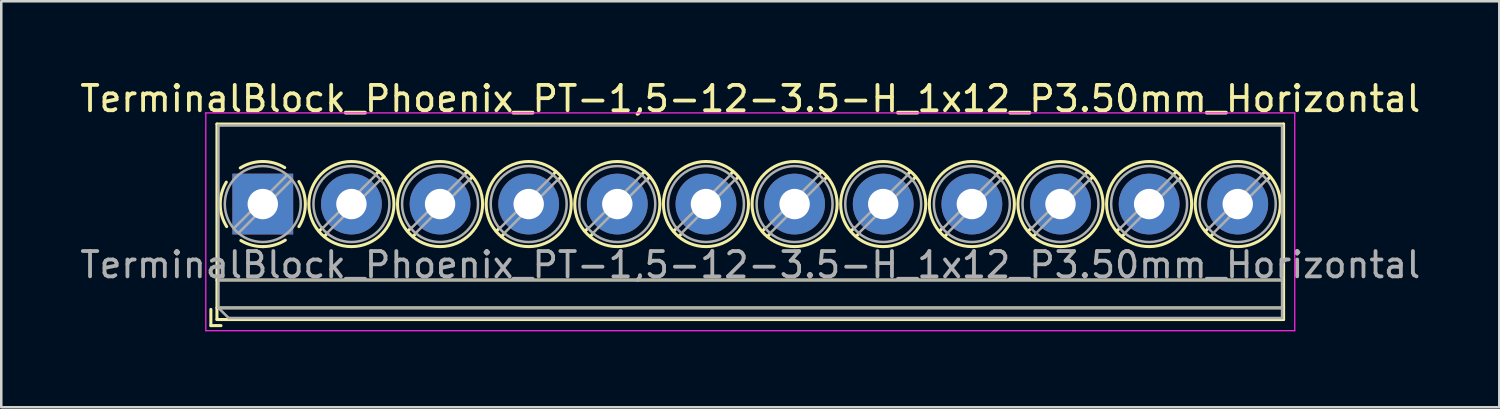
<source format=kicad_pcb>
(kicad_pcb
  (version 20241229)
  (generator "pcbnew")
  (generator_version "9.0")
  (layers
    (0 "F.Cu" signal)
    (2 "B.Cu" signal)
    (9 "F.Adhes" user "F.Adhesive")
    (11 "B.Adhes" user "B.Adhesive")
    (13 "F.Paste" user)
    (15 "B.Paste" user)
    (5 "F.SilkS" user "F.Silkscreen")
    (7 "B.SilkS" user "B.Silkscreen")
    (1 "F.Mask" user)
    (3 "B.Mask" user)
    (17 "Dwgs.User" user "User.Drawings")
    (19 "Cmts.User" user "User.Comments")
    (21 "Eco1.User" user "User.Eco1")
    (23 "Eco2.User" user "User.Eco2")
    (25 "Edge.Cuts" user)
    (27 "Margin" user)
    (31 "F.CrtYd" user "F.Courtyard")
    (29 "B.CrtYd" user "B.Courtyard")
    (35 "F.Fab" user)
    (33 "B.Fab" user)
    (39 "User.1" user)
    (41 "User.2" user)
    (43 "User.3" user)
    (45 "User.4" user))
  (footprint "TerminalBlock_Phoenix_PT-1,5-12-3.5-H_1x12_P3.50mm_Horizontal"
    (layer "F.Cu")
    (at 7.327 5.008)
    (property "Reference" "TerminalBlock_Phoenix_PT-1,5-12-3.5-H_1x12_P3.50mm_Horizontal" (at 19.25 -4.16 0) (layer "F.SilkS") (effects (font (size 1 1) (thickness 0.15))))
    (attr through_hole)
    (fp_line (start -2.05 4.16) (end -2.05 4.8) (stroke (width 0.12) (type solid)) (layer "F.SilkS"))
    (fp_line (start -2.05 4.8) (end -1.65 4.8) (stroke (width 0.12) (type solid)) (layer "F.SilkS"))
    (fp_line (start -1.81 -3.16) (end -1.81 4.56) (stroke (width 0.12) (type solid)) (layer "F.SilkS"))
    (fp_line (start -1.81 -3.16) (end 40.31 -3.16) (stroke (width 0.12) (type solid)) (layer "F.SilkS"))
    (fp_line (start -1.81 3) (end 40.31 3) (stroke (width 0.12) (type solid)) (layer "F.SilkS"))
    (fp_line (start -1.81 4.1) (end 40.31 4.1) (stroke (width 0.12) (type solid)) (layer "F.SilkS"))
    (fp_line (start -1.81 4.56) (end 40.31 4.56) (stroke (width 0.12) (type solid)) (layer "F.SilkS"))
    (fp_line (start 2.355 0.941) (end 2.226 1.069) (stroke (width 0.12) (type solid)) (layer "F.SilkS"))
    (fp_line (start 2.525 1.181) (end 2.431 1.274) (stroke (width 0.12) (type solid)) (layer "F.SilkS"))
    (fp_line (start 4.57 -1.275) (end 4.476 -1.181) (stroke (width 0.12) (type solid)) (layer "F.SilkS"))
    (fp_line (start 4.775 -1.069) (end 4.646 -0.941) (stroke (width 0.12) (type solid)) (layer "F.SilkS"))
    (fp_line (start 5.855 0.941) (end 5.726 1.069) (stroke (width 0.12) (type solid)) (layer "F.SilkS"))
    (fp_line (start 6.025 1.181) (end 5.931 1.274) (stroke (width 0.12) (type solid)) (layer "F.SilkS"))
    (fp_line (start 8.07 -1.275) (end 7.976 -1.181) (stroke (width 0.12) (type solid)) (layer "F.SilkS"))
    (fp_line (start 8.275 -1.069) (end 8.146 -0.941) (stroke (width 0.12) (type solid)) (layer "F.SilkS"))
    (fp_line (start 9.355 0.941) (end 9.226 1.069) (stroke (width 0.12) (type solid)) (layer "F.SilkS"))
    (fp_line (start 9.525 1.181) (end 9.431 1.274) (stroke (width 0.12) (type solid)) (layer "F.SilkS"))
    (fp_line (start 11.57 -1.275) (end 11.476 -1.181) (stroke (width 0.12) (type solid)) (layer "F.SilkS"))
    (fp_line (start 11.775 -1.069) (end 11.646 -0.941) (stroke (width 0.12) (type solid)) (layer "F.SilkS"))
    (fp_line (start 12.855 0.941) (end 12.726 1.069) (stroke (width 0.12) (type solid)) (layer "F.SilkS"))
    (fp_line (start 13.025 1.181) (end 12.931 1.274) (stroke (width 0.12) (type solid)) (layer "F.SilkS"))
    (fp_line (start 15.07 -1.275) (end 14.976 -1.181) (stroke (width 0.12) (type solid)) (layer "F.SilkS"))
    (fp_line (start 15.275 -1.069) (end 15.146 -0.941) (stroke (width 0.12) (type solid)) (layer "F.SilkS"))
    (fp_line (start 16.355 0.941) (end 16.226 1.069) (stroke (width 0.12) (type solid)) (layer "F.SilkS"))
    (fp_line (start 16.525 1.181) (end 16.431 1.274) (stroke (width 0.12) (type solid)) (layer "F.SilkS"))
    (fp_line (start 18.57 -1.275) (end 18.476 -1.181) (stroke (width 0.12) (type solid)) (layer "F.SilkS"))
    (fp_line (start 18.775 -1.069) (end 18.646 -0.941) (stroke (width 0.12) (type solid)) (layer "F.SilkS"))
    (fp_line (start 19.855 0.941) (end 19.726 1.069) (stroke (width 0.12) (type solid)) (layer "F.SilkS"))
    (fp_line (start 20.025 1.181) (end 19.931 1.274) (stroke (width 0.12) (type solid)) (layer "F.SilkS"))
    (fp_line (start 22.07 -1.275) (end 21.976 -1.181) (stroke (width 0.12) (type solid)) (layer "F.SilkS"))
    (fp_line (start 22.275 -1.069) (end 22.146 -0.941) (stroke (width 0.12) (type solid)) (layer "F.SilkS"))
    (fp_line (start 23.355 0.941) (end 23.226 1.069) (stroke (width 0.12) (type solid)) (layer "F.SilkS"))
    (fp_line (start 23.525 1.181) (end 23.431 1.274) (stroke (width 0.12) (type solid)) (layer "F.SilkS"))
    (fp_line (start 25.57 -1.275) (end 25.476 -1.181) (stroke (width 0.12) (type solid)) (layer "F.SilkS"))
    (fp_line (start 25.775 -1.069) (end 25.646 -0.941) (stroke (width 0.12) (type solid)) (layer "F.SilkS"))
    (fp_line (start 26.855 0.941) (end 26.726 1.069) (stroke (width 0.12) (type solid)) (layer "F.SilkS"))
    (fp_line (start 27.025 1.181) (end 26.931 1.274) (stroke (width 0.12) (type solid)) (layer "F.SilkS"))
    (fp_line (start 29.07 -1.275) (end 28.976 -1.181) (stroke (width 0.12) (type solid)) (layer "F.SilkS"))
    (fp_line (start 29.275 -1.069) (end 29.146 -0.941) (stroke (width 0.12) (type solid)) (layer "F.SilkS"))
    (fp_line (start 30.355 0.941) (end 30.226 1.069) (stroke (width 0.12) (type solid)) (layer "F.SilkS"))
    (fp_line (start 30.525 1.181) (end 30.431 1.274) (stroke (width 0.12) (type solid)) (layer "F.SilkS"))
    (fp_line (start 32.57 -1.275) (end 32.476 -1.181) (stroke (width 0.12) (type solid)) (layer "F.SilkS"))
    (fp_line (start 32.775 -1.069) (end 32.646 -0.941) (stroke (width 0.12) (type solid)) (layer "F.SilkS"))
    (fp_line (start 33.855 0.941) (end 33.726 1.069) (stroke (width 0.12) (type solid)) (layer "F.SilkS"))
    (fp_line (start 34.025 1.181) (end 33.931 1.274) (stroke (width 0.12) (type solid)) (layer "F.SilkS"))
    (fp_line (start 36.07 -1.275) (end 35.976 -1.181) (stroke (width 0.12) (type solid)) (layer "F.SilkS"))
    (fp_line (start 36.275 -1.069) (end 36.146 -0.941) (stroke (width 0.12) (type solid)) (layer "F.SilkS"))
    (fp_line (start 37.355 0.941) (end 37.226 1.069) (stroke (width 0.12) (type solid)) (layer "F.SilkS"))
    (fp_line (start 37.525 1.181) (end 37.431 1.274) (stroke (width 0.12) (type solid)) (layer "F.SilkS"))
    (fp_line (start 39.57 -1.275) (end 39.476 -1.181) (stroke (width 0.12) (type solid)) (layer "F.SilkS"))
    (fp_line (start 39.775 -1.069) (end 39.646 -0.941) (stroke (width 0.12) (type solid)) (layer "F.SilkS"))
    (fp_line (start 40.31 -3.16) (end 40.31 4.56) (stroke (width 0.12) (type solid)) (layer "F.SilkS"))
    (fp_arc (start -1.425358 0.889894) (mid -1.680286 0.014012) (end -1.44 -0.866) (stroke (width 0.12) (type solid)) (layer "F.SilkS"))
    (fp_arc (start -0.889894 -1.425358) (mid -0.014012 -1.680286) (end 0.866 -1.44) (stroke (width 0.12) (type solid)) (layer "F.SilkS"))
    (fp_arc (start 0.028674 1.680099) (mid -0.435535 1.622918) (end -0.866 1.44) (stroke (width 0.12) (type solid)) (layer "F.SilkS"))
    (fp_arc (start 0.890264 1.424721) (mid 0.463071 1.61492) (end 0 1.68) (stroke (width 0.12) (type solid)) (layer "F.SilkS"))
    (fp_arc (start 1.425504 -0.890193) (mid 1.680626 0.000476) (end 1.425 0.891) (stroke (width 0.12) (type solid)) (layer "F.SilkS"))
    (fp_circle (center 3.5 0) (end 5.18 0) (stroke (width 0.12) (type solid)) (fill no) (layer "F.SilkS"))
    (fp_circle (center 7 0) (end 8.68 0) (stroke (width 0.12) (type solid)) (fill no) (layer "F.SilkS"))
    (fp_circle (center 10.5 0) (end 12.18 0) (stroke (width 0.12) (type solid)) (fill no) (layer "F.SilkS"))
    (fp_circle (center 14 0) (end 15.68 0) (stroke (width 0.12) (type solid)) (fill no) (layer "F.SilkS"))
    (fp_circle (center 17.5 0) (end 19.18 0) (stroke (width 0.12) (type solid)) (fill no) (layer "F.SilkS"))
    (fp_circle (center 21 0) (end 22.68 0) (stroke (width 0.12) (type solid)) (fill no) (layer "F.SilkS"))
    (fp_circle (center 24.5 0) (end 26.18 0) (stroke (width 0.12) (type solid)) (fill no) (layer "F.SilkS"))
    (fp_circle (center 28 0) (end 29.68 0) (stroke (width 0.12) (type solid)) (fill no) (layer "F.SilkS"))
    (fp_circle (center 31.5 0) (end 33.18 0) (stroke (width 0.12) (type solid)) (fill no) (layer "F.SilkS"))
    (fp_circle (center 35 0) (end 36.68 0) (stroke (width 0.12) (type solid)) (fill no) (layer "F.SilkS"))
    (fp_circle (center 38.5 0) (end 40.18 0) (stroke (width 0.12) (type solid)) (fill no) (layer "F.SilkS"))
    (fp_line (start -2.25 -3.6) (end -2.25 5) (stroke (width 0.05) (type solid)) (layer "F.CrtYd"))
    (fp_line (start -2.25 5) (end 40.75 5) (stroke (width 0.05) (type solid)) (layer "F.CrtYd"))
    (fp_line (start 40.75 -3.6) (end -2.25 -3.6) (stroke (width 0.05) (type solid)) (layer "F.CrtYd"))
    (fp_line (start 40.75 5) (end 40.75 -3.6) (stroke (width 0.05) (type solid)) (layer "F.CrtYd"))
    (fp_line (start -1.75 -3.1) (end 40.25 -3.1) (stroke (width 0.1) (type solid)) (layer "F.Fab"))
    (fp_line (start -1.75 3) (end 40.25 3) (stroke (width 0.1) (type solid)) (layer "F.Fab"))
    (fp_line (start -1.75 4.1) (end -1.75 -3.1) (stroke (width 0.1) (type solid)) (layer "F.Fab"))
    (fp_line (start -1.75 4.1) (end 40.25 4.1) (stroke (width 0.1) (type solid)) (layer "F.Fab"))
    (fp_line (start -1.35 4.5) (end -1.75 4.1) (stroke (width 0.1) (type solid)) (layer "F.Fab"))
    (fp_line (start 0.955 -1.138) (end -1.138 0.955) (stroke (width 0.1) (type solid)) (layer "F.Fab"))
    (fp_line (start 1.138 -0.955) (end -0.955 1.138) (stroke (width 0.1) (type solid)) (layer "F.Fab"))
    (fp_line (start 4.455 -1.138) (end 2.363 0.955) (stroke (width 0.1) (type solid)) (layer "F.Fab"))
    (fp_line (start 4.638 -0.955) (end 2.546 1.138) (stroke (width 0.1) (type solid)) (layer "F.Fab"))
    (fp_line (start 7.955 -1.138) (end 5.863 0.955) (stroke (width 0.1) (type solid)) (layer "F.Fab"))
    (fp_line (start 8.138 -0.955) (end 6.046 1.138) (stroke (width 0.1) (type solid)) (layer "F.Fab"))
    (fp_line (start 11.455 -1.138) (end 9.363 0.955) (stroke (width 0.1) (type solid)) (layer "F.Fab"))
    (fp_line (start 11.638 -0.955) (end 9.546 1.138) (stroke (width 0.1) (type solid)) (layer "F.Fab"))
    (fp_line (start 14.955 -1.138) (end 12.863 0.955) (stroke (width 0.1) (type solid)) (layer "F.Fab"))
    (fp_line (start 15.138 -0.955) (end 13.046 1.138) (stroke (width 0.1) (type solid)) (layer "F.Fab"))
    (fp_line (start 18.455 -1.138) (end 16.363 0.955) (stroke (width 0.1) (type solid)) (layer "F.Fab"))
    (fp_line (start 18.638 -0.955) (end 16.546 1.138) (stroke (width 0.1) (type solid)) (layer "F.Fab"))
    (fp_line (start 21.955 -1.138) (end 19.863 0.955) (stroke (width 0.1) (type solid)) (layer "F.Fab"))
    (fp_line (start 22.138 -0.955) (end 20.046 1.138) (stroke (width 0.1) (type solid)) (layer "F.Fab"))
    (fp_line (start 25.455 -1.138) (end 23.363 0.955) (stroke (width 0.1) (type solid)) (layer "F.Fab"))
    (fp_line (start 25.638 -0.955) (end 23.546 1.138) (stroke (width 0.1) (type solid)) (layer "F.Fab"))
    (fp_line (start 28.955 -1.138) (end 26.863 0.955) (stroke (width 0.1) (type solid)) (layer "F.Fab"))
    (fp_line (start 29.138 -0.955) (end 27.046 1.138) (stroke (width 0.1) (type solid)) (layer "F.Fab"))
    (fp_line (start 32.455 -1.138) (end 30.363 0.955) (stroke (width 0.1) (type solid)) (layer "F.Fab"))
    (fp_line (start 32.638 -0.955) (end 30.546 1.138) (stroke (width 0.1) (type solid)) (layer "F.Fab"))
    (fp_line (start 35.955 -1.138) (end 33.863 0.955) (stroke (width 0.1) (type solid)) (layer "F.Fab"))
    (fp_line (start 36.138 -0.955) (end 34.046 1.138) (stroke (width 0.1) (type solid)) (layer "F.Fab"))
    (fp_line (start 39.455 -1.138) (end 37.363 0.955) (stroke (width 0.1) (type solid)) (layer "F.Fab"))
    (fp_line (start 39.638 -0.955) (end 37.546 1.138) (stroke (width 0.1) (type solid)) (layer "F.Fab"))
    (fp_line (start 40.25 -3.1) (end 40.25 4.5) (stroke (width 0.1) (type solid)) (layer "F.Fab"))
    (fp_line (start 40.25 4.5) (end -1.35 4.5) (stroke (width 0.1) (type solid)) (layer "F.Fab"))
    (fp_circle (center 0 0) (end 1.5 0) (stroke (width 0.1) (type solid)) (fill no) (layer "F.Fab"))
    (fp_circle (center 3.5 0) (end 5 0) (stroke (width 0.1) (type solid)) (fill no) (layer "F.Fab"))
    (fp_circle (center 7 0) (end 8.5 0) (stroke (width 0.1) (type solid)) (fill no) (layer "F.Fab"))
    (fp_circle (center 10.5 0) (end 12 0) (stroke (width 0.1) (type solid)) (fill no) (layer "F.Fab"))
    (fp_circle (center 14 0) (end 15.5 0) (stroke (width 0.1) (type solid)) (fill no) (layer "F.Fab"))
    (fp_circle (center 17.5 0) (end 19 0) (stroke (width 0.1) (type solid)) (fill no) (layer "F.Fab"))
    (fp_circle (center 21 0) (end 22.5 0) (stroke (width 0.1) (type solid)) (fill no) (layer "F.Fab"))
    (fp_circle (center 24.5 0) (end 26 0) (stroke (width 0.1) (type solid)) (fill no) (layer "F.Fab"))
    (fp_circle (center 28 0) (end 29.5 0) (stroke (width 0.1) (type solid)) (fill no) (layer "F.Fab"))
    (fp_circle (center 31.5 0) (end 33 0) (stroke (width 0.1) (type solid)) (fill no) (layer "F.Fab"))
    (fp_circle (center 35 0) (end 36.5 0) (stroke (width 0.1) (type solid)) (fill no) (layer "F.Fab"))
    (fp_circle (center 38.5 0) (end 40 0) (stroke (width 0.1) (type solid)) (fill no) (layer "F.Fab"))
    (fp_text user "${REFERENCE}" (at 19.25 2.4 0) (layer "F.Fab") (effects (font (size 1 1) (thickness 0.15))))
    (pad "1" thru_hole rect (at 0 0) (size 2.4 2.4) (drill 1.2) (layers "*.Cu" "*.Mask"))
    (pad "2" thru_hole circle (at 3.5 0) (size 2.4 2.4) (drill 1.2) (layers "*.Cu" "*.Mask"))
    (pad "3" thru_hole circle (at 7 0) (size 2.4 2.4) (drill 1.2) (layers "*.Cu" "*.Mask"))
    (pad "4" thru_hole circle (at 10.5 0) (size 2.4 2.4) (drill 1.2) (layers "*.Cu" "*.Mask"))
    (pad "5" thru_hole circle (at 14 0) (size 2.4 2.4) (drill 1.2) (layers "*.Cu" "*.Mask"))
    (pad "6" thru_hole circle (at 17.5 0) (size 2.4 2.4) (drill 1.2) (layers "*.Cu" "*.Mask"))
    (pad "7" thru_hole circle (at 21 0) (size 2.4 2.4) (drill 1.2) (layers "*.Cu" "*.Mask"))
    (pad "8" thru_hole circle (at 24.5 0) (size 2.4 2.4) (drill 1.2) (layers "*.Cu" "*.Mask"))
    (pad "9" thru_hole circle (at 28 0) (size 2.4 2.4) (drill 1.2) (layers "*.Cu" "*.Mask"))
    (pad "10" thru_hole circle (at 31.5 0) (size 2.4 2.4) (drill 1.2) (layers "*.Cu" "*.Mask"))
    (pad "11" thru_hole circle (at 35 0) (size 2.4 2.4) (drill 1.2) (layers "*.Cu" "*.Mask"))
    (pad "12" thru_hole circle (at 38.5 0) (size 2.4 2.4) (drill 1.2) (layers "*.Cu" "*.Mask")))
  (gr_rect
    (start -3 -3)
    (end 56.155 13.033)
    (stroke (width 0.1) (type default))
    (fill no)
    (layer "Edge.Cuts")))
</source>
